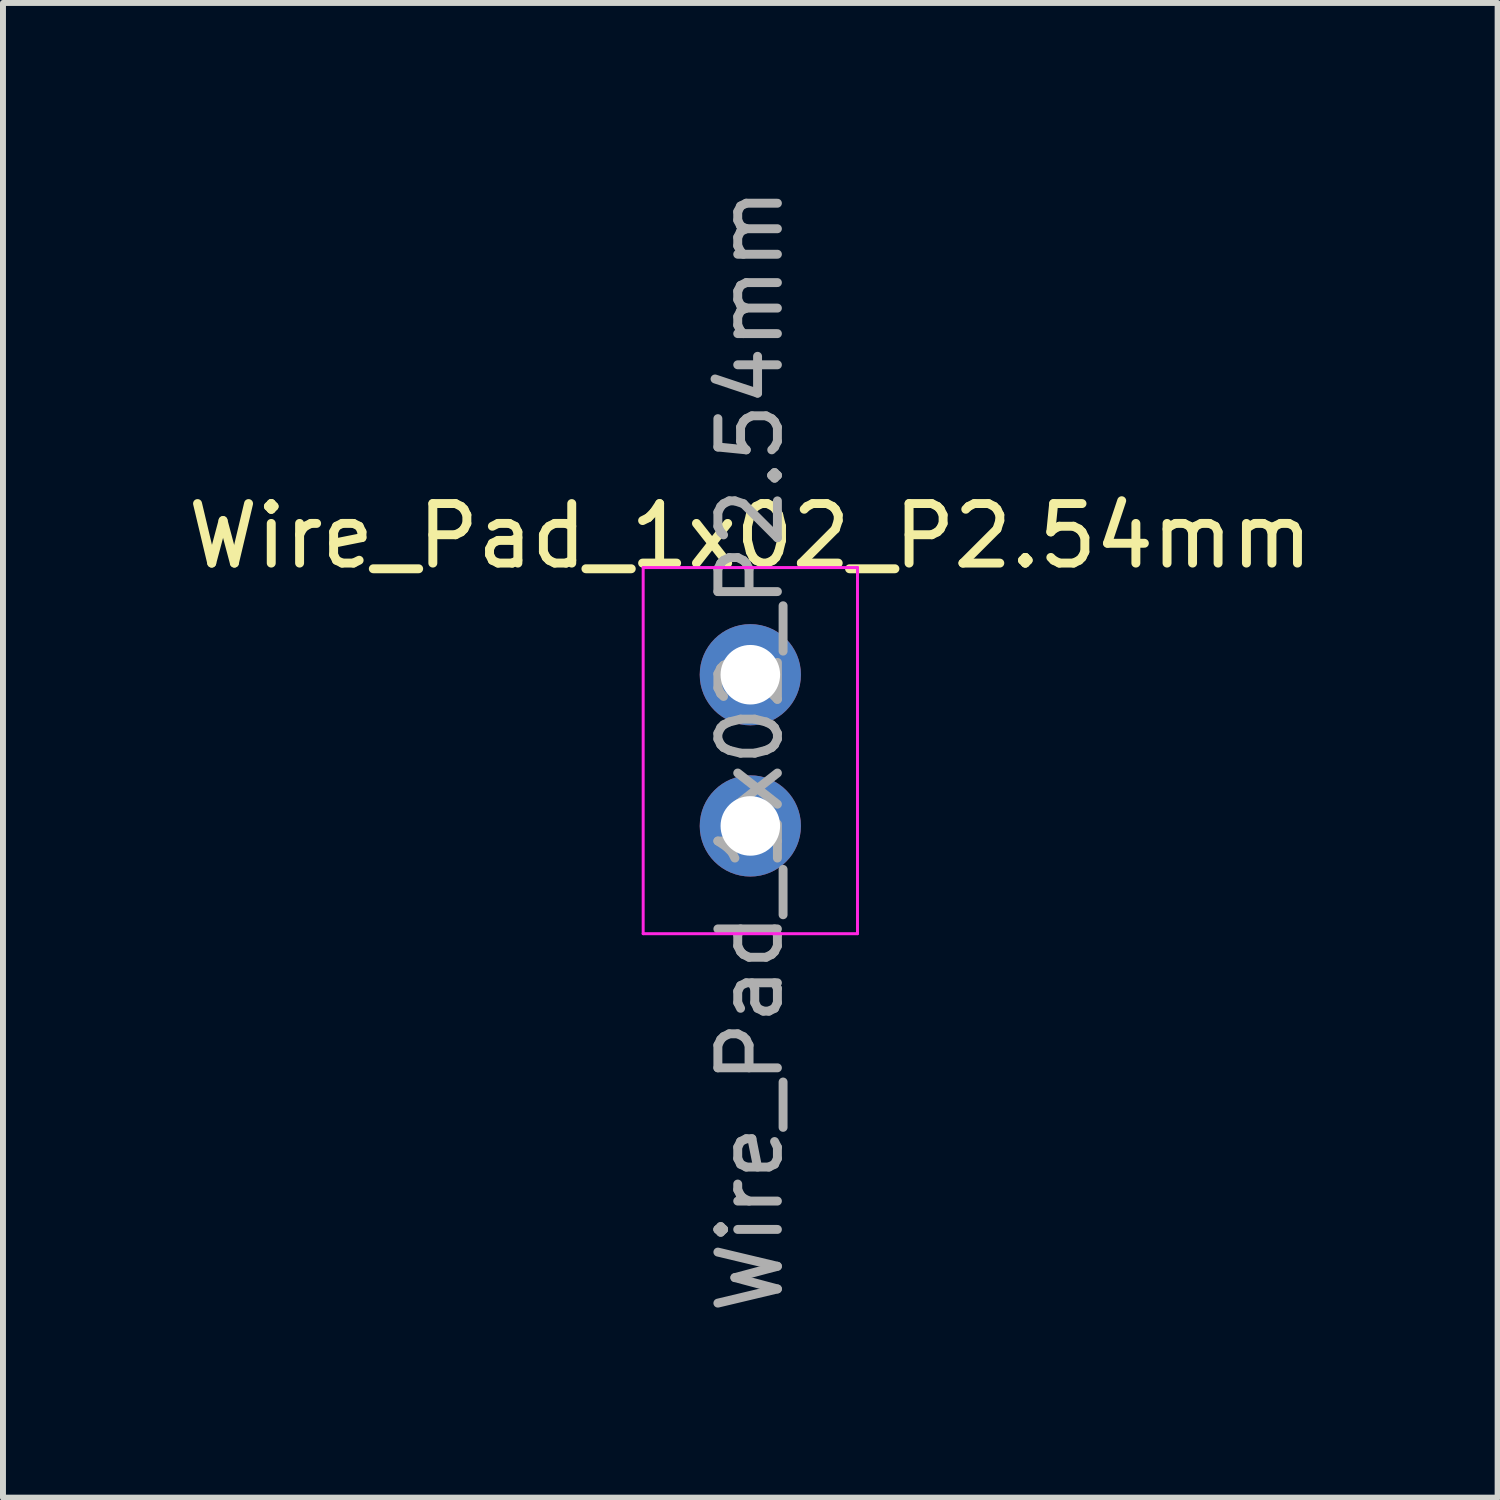
<source format=kicad_pcb>
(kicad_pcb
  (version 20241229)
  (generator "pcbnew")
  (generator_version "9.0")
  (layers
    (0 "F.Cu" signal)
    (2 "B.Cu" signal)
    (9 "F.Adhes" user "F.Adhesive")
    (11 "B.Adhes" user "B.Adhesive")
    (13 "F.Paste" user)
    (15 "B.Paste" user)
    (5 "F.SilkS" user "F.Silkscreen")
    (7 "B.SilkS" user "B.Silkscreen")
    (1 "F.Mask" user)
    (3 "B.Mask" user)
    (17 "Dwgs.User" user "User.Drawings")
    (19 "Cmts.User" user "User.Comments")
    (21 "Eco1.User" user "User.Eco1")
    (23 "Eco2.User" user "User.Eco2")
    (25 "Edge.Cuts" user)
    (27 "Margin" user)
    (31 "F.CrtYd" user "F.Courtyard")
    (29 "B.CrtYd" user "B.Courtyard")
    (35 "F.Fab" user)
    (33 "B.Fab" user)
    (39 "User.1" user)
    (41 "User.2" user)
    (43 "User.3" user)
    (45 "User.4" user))
  (footprint "Wire_Pad_1x02_P2.54mm"
    (layer "F.Cu")
    (at 9.554 8.284)
    (property "Reference" "Wire_Pad_1x02_P2.54mm" (at 0 -2.33 0) (layer "F.SilkS") (effects (font (size 1 1) (thickness 0.15))))
    (attr through_hole)
    (fp_line (start -1.8 -1.8) (end -1.8 4.35) (stroke (width 0.05) (type solid)) (layer "F.CrtYd"))
    (fp_line (start -1.8 4.35) (end 1.8 4.35) (stroke (width 0.05) (type solid)) (layer "F.CrtYd"))
    (fp_line (start 1.8 -1.8) (end -1.8 -1.8) (stroke (width 0.05) (type solid)) (layer "F.CrtYd"))
    (fp_line (start 1.8 4.35) (end 1.8 -1.8) (stroke (width 0.05) (type solid)) (layer "F.CrtYd"))
    (fp_text user "${REFERENCE}" (at 0 1.27 90) (layer "F.Fab") (effects (font (size 1 1) (thickness 0.15))))
    (pad "1" thru_hole circle (at 0 0) (size 1.7 1.7) (drill 1) (layers "*.Cu" "*.Mask"))
    (pad "2" thru_hole oval (at 0 2.54) (size 1.7 1.7) (drill 1) (layers "*.Cu" "*.Mask")))
  (gr_rect
    (start -3 -3)
    (end 22.107 22.107)
    (stroke (width 0.1) (type default))
    (fill no)
    (layer "Edge.Cuts")))
</source>
